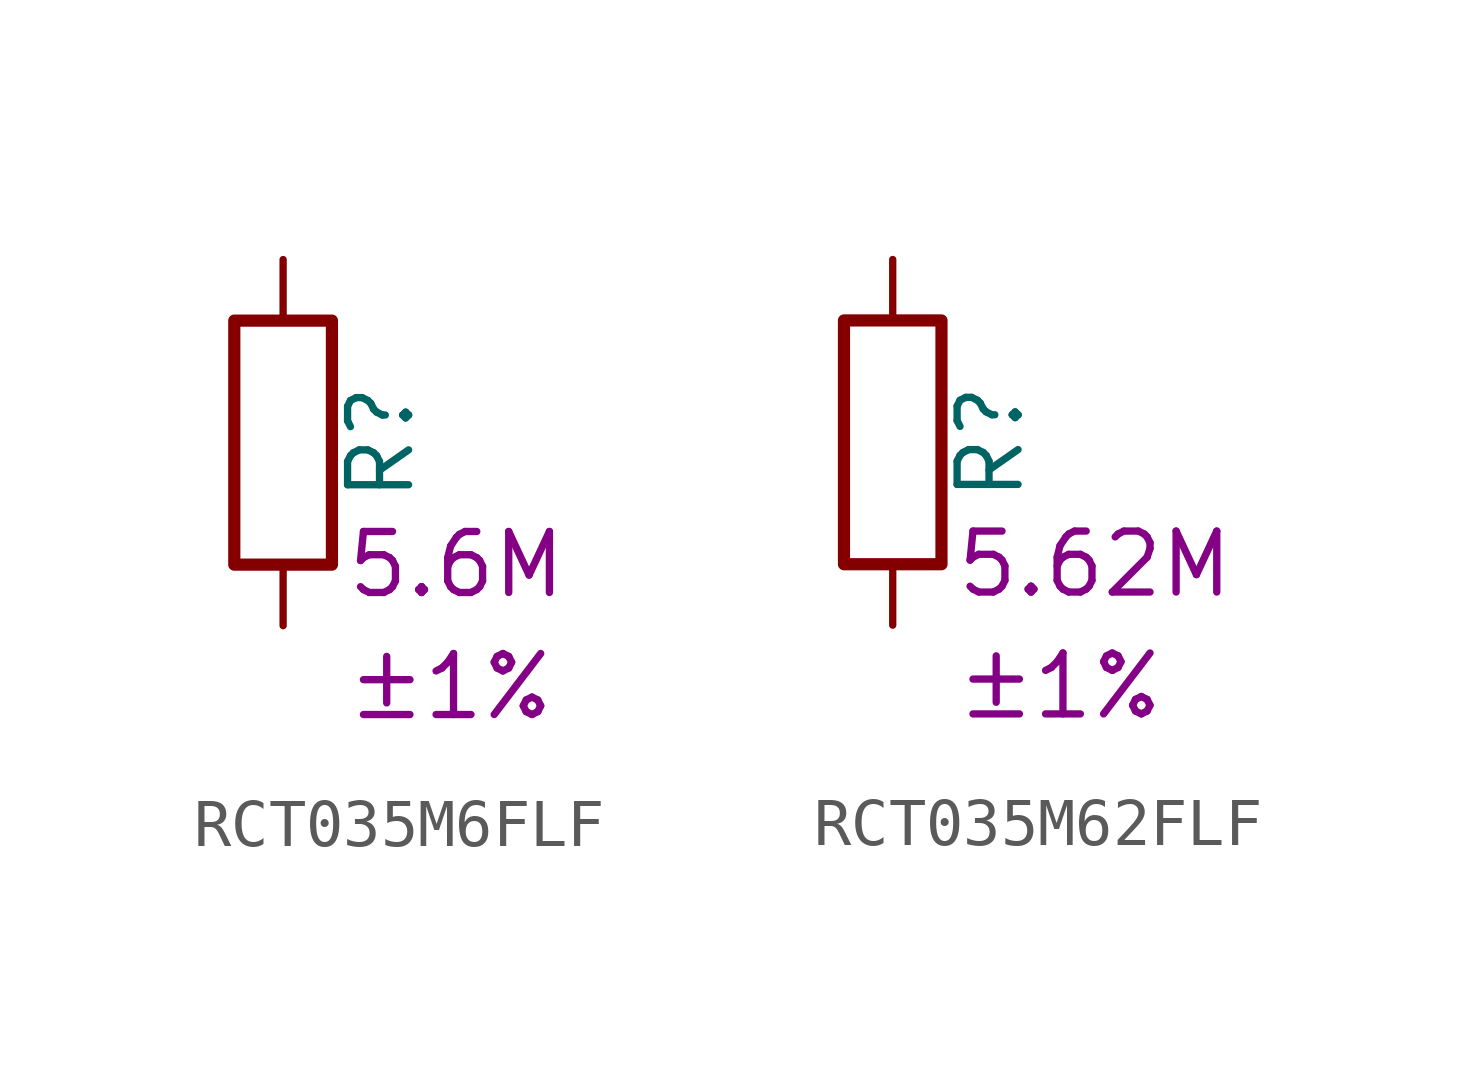
<source format=kicad_sym>
(kicad_symbol_lib
  (version 20220914)
  (generator kicad_symbol_editor)
  (symbol "RCT035M6FLF"
    (pin_numbers hide)
    (pin_names
      (offset 0))
    (property "Reference" "R"
      (at 2.032 0 90)
      (effects (font (size 1.27 1.27))))
    (property "Resistance" "5.6M"
      (at 1.27 -2.54 0)
      (effects (font (size 1.27 1.27)) (justify left)))
    (property "Tolerance" "±1%"
      (at 1.27 -5.08 0)
      (effects (font (size 1.27 1.27)) (justify left)))
    (symbol "RCT035M6FLF_0_1"
      (rectangle (start -1.016 -2.54) (end 1.016 2.54) (stroke (width 0.254) (type default)) (fill (type none))))
    (symbol "RCT035M6FLF_1_1"
      (pin passive line (at 0 3.81 270) (length 1.27) (name "~" (effects (font (size 1.27 1.27)))) (number "1" (effects (font (size 1.27 1.27)))))
      (pin passive line (at 0 -3.81 90) (length 1.27) (name "~" (effects (font (size 1.27 1.27)))) (number "2" (effects (font (size 1.27 1.27)))))))
  (symbol "RCT035M62FLF"
    (pin_numbers hide)
    (pin_names
      (offset 0))
    (property "Reference" "R"
      (at 2.032 0 90)
      (effects (font (size 1.27 1.27))))
    (property "Resistance" "5.62M"
      (at 1.27 -2.54 0)
      (effects (font (size 1.27 1.27)) (justify left)))
    (property "Tolerance" "±1%"
      (at 1.27 -5.08 0)
      (effects (font (size 1.27 1.27)) (justify left)))
    (symbol "RCT035M62FLF_0_1"
      (rectangle (start -1.016 -2.54) (end 1.016 2.54) (stroke (width 0.254) (type default)) (fill (type none))))
    (symbol "RCT035M62FLF_1_1"
      (pin passive line (at 0 3.81 270) (length 1.27) (name "~" (effects (font (size 1.27 1.27)))) (number "1" (effects (font (size 1.27 1.27)))))
      (pin passive line (at 0 -3.81 90) (length 1.27) (name "~" (effects (font (size 1.27 1.27)))) (number "2" (effects (font (size 1.27 1.27))))))))
</source>
